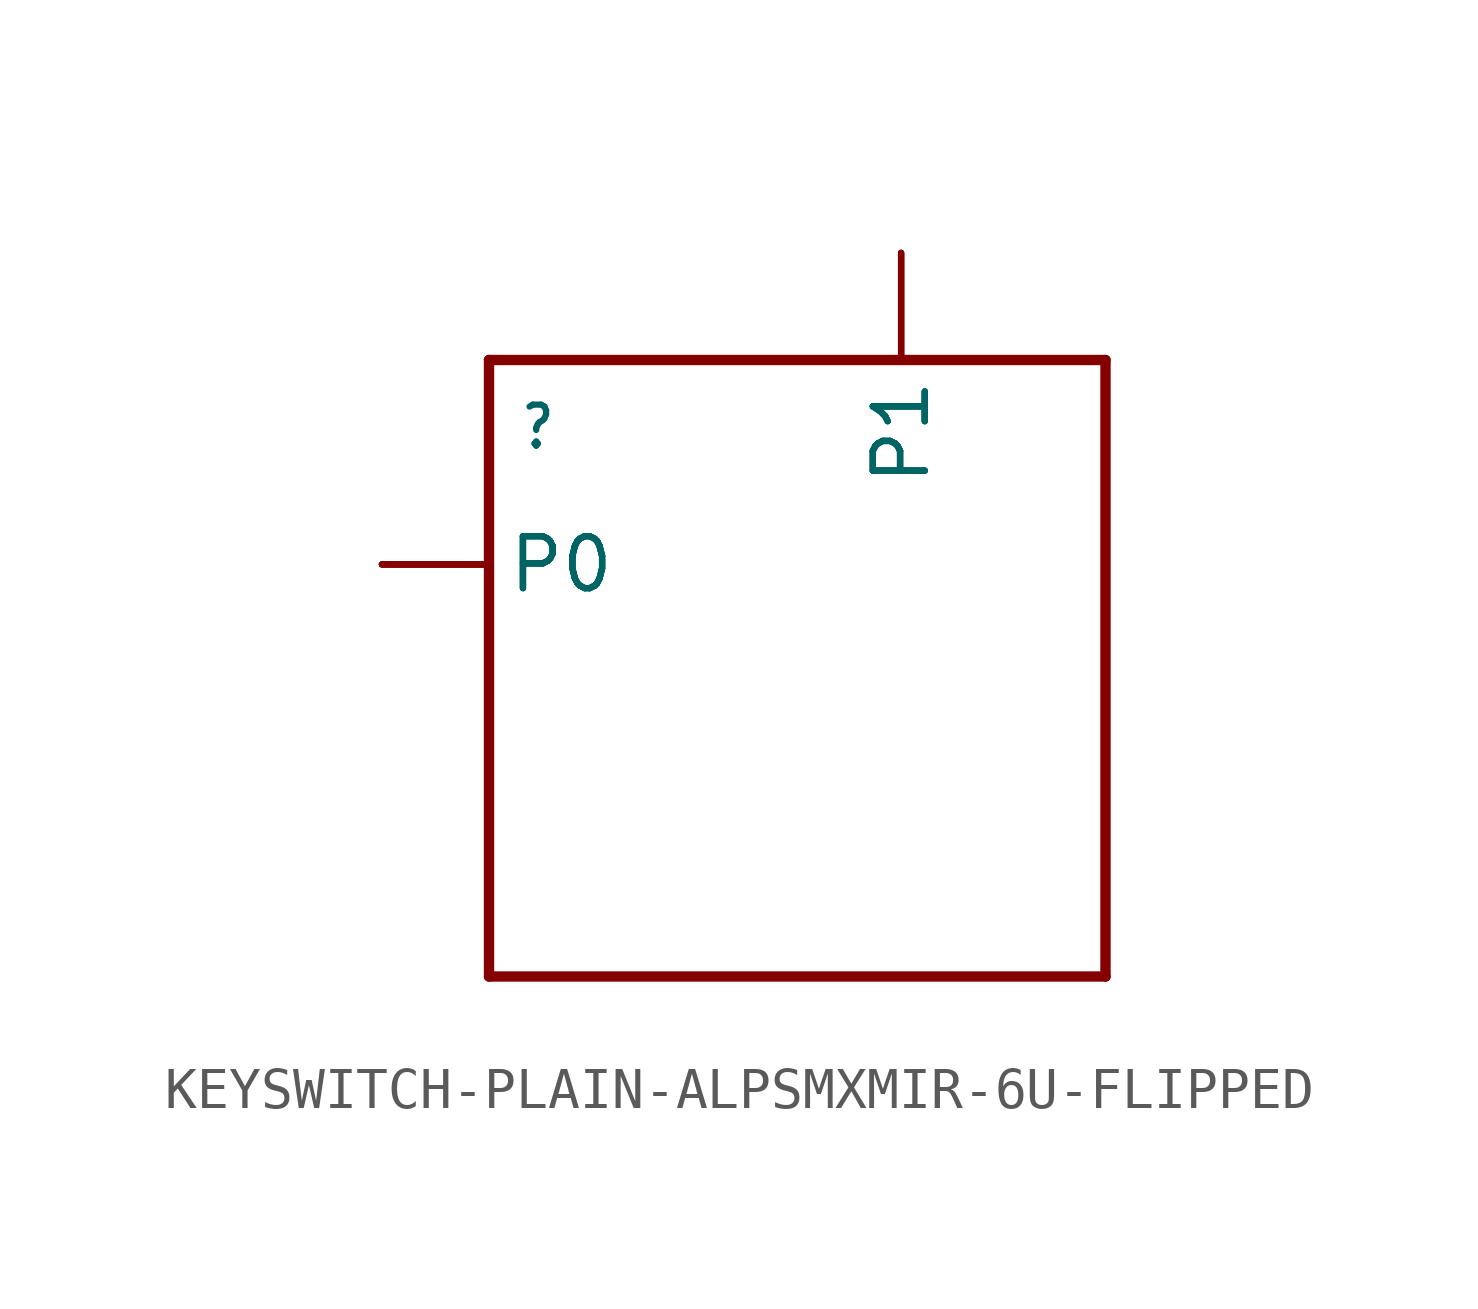
<source format=kicad_sym>
(kicad_symbol_lib
  (version 20211014)
  (generator kicad_symbol_editor)
  (symbol "KEYSWITCH-PLAIN-ALPSMXMIR-6U-FLIPPED"
    (property "Reference" ""
      (at -6.81 5.318 0)
      (effects (font (size 1 0.85)) (justify left bottom)))
    (property "ki_locked" ""
      (at 0 0 0)
      (effects (font (size 1.27 1.27))))
    (symbol "KEYSWITCH-PLAIN-ALPSMXMIR-6U-FLIPPED_1_0"
      (polyline (pts (xy -7.54 -7.54) (xy -7.54 7.54)) (stroke (width 0.254) (type default) (color 0 0 0 0)) (fill (type none)))
      (polyline (pts (xy -7.54 7.54) (xy 7.54 7.54)) (stroke (width 0.254) (type default) (color 0 0 0 0)) (fill (type none)))
      (polyline (pts (xy 7.54 -7.54) (xy -7.54 -7.54)) (stroke (width 0.254) (type default) (color 0 0 0 0)) (fill (type none)))
      (polyline (pts (xy 7.54 7.54) (xy 7.54 -7.54)) (stroke (width 0.254) (type default) (color 0 0 0 0)) (fill (type none)))
      (pin bidirectional line (at -10.16 2.54 0) (length 2.54) (name "P0" (effects (font (size 1.27 1.27)))) (number "ALPS1" (effects (font (size 0 0)))))
      (pin bidirectional line (at 2.54 10.16 270) (length 2.54) (name "P1" (effects (font (size 1.27 1.27)))) (number "ALPS2" (effects (font (size 0 0)))))
      (pin bidirectional line (at -10.16 2.54 0) (length 2.54) (name "P0" (effects (font (size 1.27 1.27)))) (number "ALPS3" (effects (font (size 0 0)))))
      (pin bidirectional line (at 2.54 10.16 270) (length 2.54) (name "P1" (effects (font (size 1.27 1.27)))) (number "ALPS4" (effects (font (size 0 0)))))
      (pin bidirectional line (at -10.16 2.54 0) (length 2.54) (name "P0" (effects (font (size 1.27 1.27)))) (number "MX1" (effects (font (size 0 0)))))
      (pin bidirectional line (at 2.54 10.16 270) (length 2.54) (name "P1" (effects (font (size 1.27 1.27)))) (number "MX2" (effects (font (size 0 0)))))
      (pin bidirectional line (at -10.16 2.54 0) (length 2.54) (name "P0" (effects (font (size 1.27 1.27)))) (number "MX3" (effects (font (size 0 0)))))
      (pin bidirectional line (at 2.54 10.16 270) (length 2.54) (name "P1" (effects (font (size 1.27 1.27)))) (number "MX4" (effects (font (size 0 0))))))))
</source>
